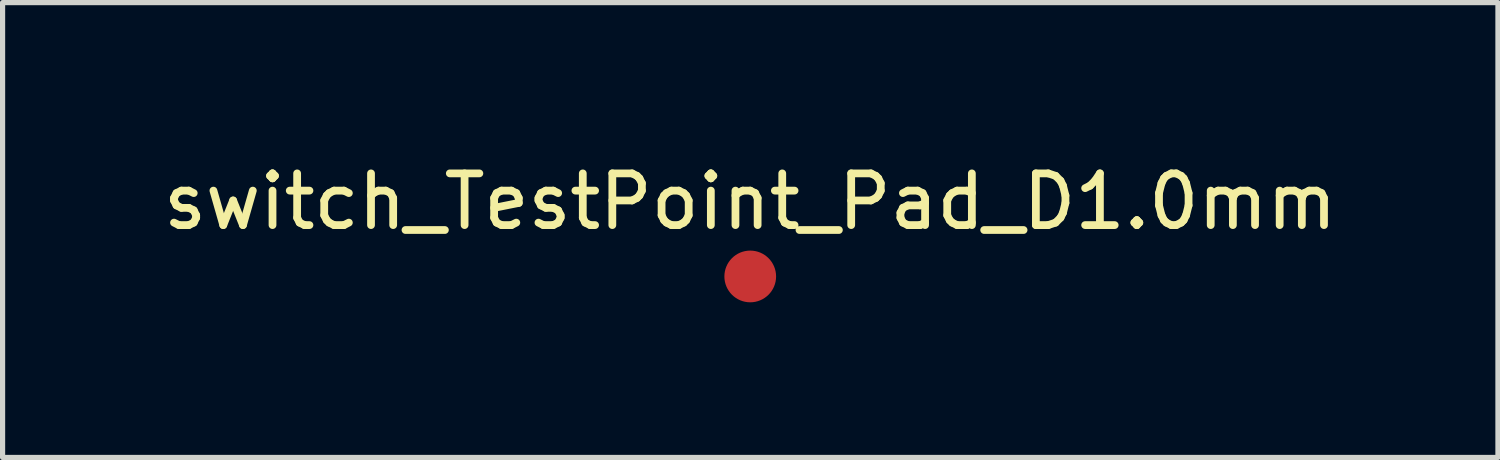
<source format=kicad_pcb>
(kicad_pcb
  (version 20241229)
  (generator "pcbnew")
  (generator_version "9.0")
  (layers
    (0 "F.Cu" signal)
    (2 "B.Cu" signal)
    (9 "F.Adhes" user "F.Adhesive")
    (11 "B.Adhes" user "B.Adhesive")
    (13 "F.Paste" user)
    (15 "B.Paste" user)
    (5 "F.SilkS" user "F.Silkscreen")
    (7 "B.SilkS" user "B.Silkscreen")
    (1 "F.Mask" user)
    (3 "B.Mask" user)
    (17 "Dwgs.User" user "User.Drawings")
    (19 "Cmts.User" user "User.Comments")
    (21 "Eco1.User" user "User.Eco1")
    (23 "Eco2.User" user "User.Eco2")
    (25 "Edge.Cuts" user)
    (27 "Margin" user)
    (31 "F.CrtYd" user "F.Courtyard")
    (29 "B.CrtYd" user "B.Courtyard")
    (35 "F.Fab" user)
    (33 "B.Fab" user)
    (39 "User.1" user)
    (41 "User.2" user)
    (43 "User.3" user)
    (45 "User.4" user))
  (footprint "switch_TestPoint_Pad_D1.0mm"
    (layer "F.Cu")
    (at 11.458 2.296)
    (property "Reference" "switch_TestPoint_Pad_D1.0mm" (at 0 -1.448 0) (layer "F.SilkS") (effects (font (size 1 1) (thickness 0.15))))
    (attr exclude_from_pos_files exclude_from_bom)
    (pad "1" smd circle (at 0 0) (size 1 1) (layers "F.Cu" "F.Mask")))
  (gr_rect
    (start -3 -3)
    (end 25.917 5.796)
    (stroke (width 0.1) (type default))
    (fill no)
    (layer "Edge.Cuts")))
</source>
